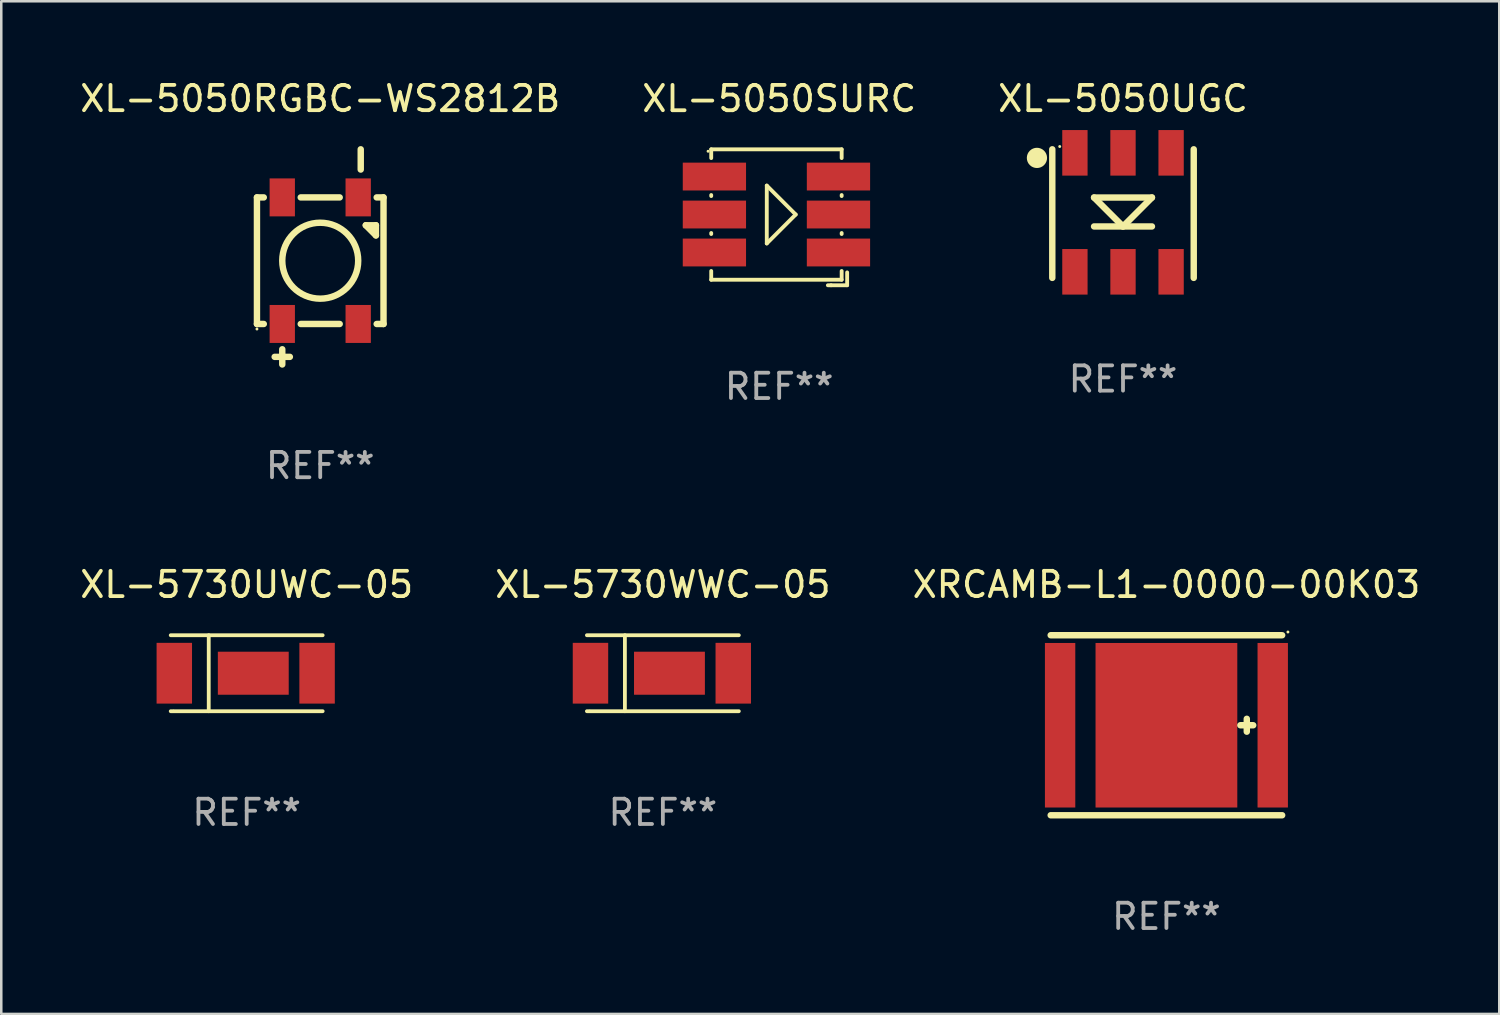
<source format=kicad_pcb>
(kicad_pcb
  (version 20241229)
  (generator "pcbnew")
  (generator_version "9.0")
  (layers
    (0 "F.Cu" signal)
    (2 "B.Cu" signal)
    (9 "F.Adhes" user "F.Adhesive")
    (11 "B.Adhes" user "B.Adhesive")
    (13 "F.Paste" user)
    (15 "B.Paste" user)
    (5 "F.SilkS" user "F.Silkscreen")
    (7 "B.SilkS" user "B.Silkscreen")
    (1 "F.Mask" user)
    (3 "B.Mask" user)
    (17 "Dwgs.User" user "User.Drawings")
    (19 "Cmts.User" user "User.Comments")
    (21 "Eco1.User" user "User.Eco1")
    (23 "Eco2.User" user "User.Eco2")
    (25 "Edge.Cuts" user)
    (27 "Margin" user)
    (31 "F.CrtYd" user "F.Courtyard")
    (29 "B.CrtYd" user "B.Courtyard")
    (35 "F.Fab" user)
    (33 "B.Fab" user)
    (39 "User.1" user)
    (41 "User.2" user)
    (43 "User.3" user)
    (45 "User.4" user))
  (footprint "XL-5050RGBC-WS2812B"
    (layer "F.Cu")
    (at 9.601 7.098)
    (property "Reference" "XL-5050RGBC-WS2812B" (at 0 -6.25 0) (layer "F.SilkS") (effects (font (size 1 1) (thickness 0.15))))
    (attr through_hole)
    (fp_line (start -2.5 -2.349) (end -2.23 -2.349) (stroke (width 0.254) (type solid)) (layer "F.SilkS"))
    (fp_line (start -2.5 2.651) (end -2.5 -2.349) (stroke (width 0.254) (type solid)) (layer "F.SilkS"))
    (fp_line (start -2.5 2.651) (end -2.23 2.651) (stroke (width 0.254) (type solid)) (layer "F.SilkS"))
    (fp_line (start -1.8 3.95) (end -1.2 3.95) (stroke (width 0.254) (type solid)) (layer "F.SilkS"))
    (fp_line (start -1.5 4.25) (end -1.5 3.65) (stroke (width 0.254) (type solid)) (layer "F.SilkS"))
    (fp_line (start -0.77 -2.349) (end 0.769 -2.349) (stroke (width 0.254) (type solid)) (layer "F.SilkS"))
    (fp_line (start -0.77 2.651) (end 0.769 2.651) (stroke (width 0.254) (type solid)) (layer "F.SilkS"))
    (fp_line (start 1.6 -4.25) (end 1.6 -3.45) (stroke (width 0.254) (type solid)) (layer "F.SilkS"))
    (fp_line (start 1.8 -1.249) (end 2.2 -1.249) (stroke (width 0.254) (type solid)) (layer "F.SilkS"))
    (fp_line (start 2.2 -0.849) (end 1.8 -1.249) (stroke (width 0.254) (type solid)) (layer "F.SilkS"))
    (fp_line (start 2.2 -1.249) (end 2.2 -0.849) (stroke (width 0.254) (type solid)) (layer "F.SilkS"))
    (fp_line (start 2.23 -2.349) (end 2.5 -2.349) (stroke (width 0.254) (type solid)) (layer "F.SilkS"))
    (fp_line (start 2.23 2.651) (end 2.5 2.651) (stroke (width 0.254) (type solid)) (layer "F.SilkS"))
    (fp_line (start 2.5 2.651) (end 2.5 -2.349) (stroke (width 0.254) (type solid)) (layer "F.SilkS"))
    (fp_circle (center -2.5 2.85) (end -2.47 2.85) (stroke (width 0.06) (type solid)) (fill no) (layer "F.SilkS"))
    (fp_circle (center -0.000127 0.151) (end 1.5 0.151) (stroke (width 0.254) (type solid)) (fill no) (layer "F.SilkS"))
    (fp_text user "REF**" (at 0 8.25 0) (layer "F.Fab") (effects (font (size 1 1) (thickness 0.15))))
    (pad "1" smd rect (at -1.5 2.65 90) (size 1.5 1) (layers "F.Cu" "F.Mask" "F.Paste"))
    (pad "2" smd rect (at 1.5 2.65 90) (size 1.5 1) (layers "F.Cu" "F.Mask" "F.Paste"))
    (pad "3" smd rect (at -1.5 -2.35 90) (size 1.5 1) (layers "F.Cu" "F.Mask" "F.Paste"))
    (pad "4" smd rect (at 1.5 -2.35 90) (size 1.5 1) (layers "F.Cu" "F.Mask" "F.Paste")))
  (footprint "XL-5050SURC"
    (layer "F.Cu")
    (at 27.732 5.534)
    (property "Reference" "XL-5050SURC" (at 0 -4.685 0) (layer "F.SilkS") (effects (font (size 1 1) (thickness 0.15))))
    (attr through_hole)
    (fp_line (start -2.685 -2.339) (end -2.685 -2.685) (stroke (width 0.152) (type solid)) (layer "F.SilkS"))
    (fp_line (start -2.685 -0.839) (end -2.685 -0.879) (stroke (width 0.152) (type solid)) (layer "F.SilkS"))
    (fp_line (start -2.685 0.661) (end -2.685 0.621) (stroke (width 0.152) (type solid)) (layer "F.SilkS"))
    (fp_line (start -2.685 2.467) (end -2.685 2.121) (stroke (width 0.152) (type solid)) (layer "F.SilkS"))
    (fp_line (start -0.49 -1.252) (end -0.49 1.034) (stroke (width 0.152) (type solid)) (layer "F.SilkS"))
    (fp_line (start -0.49 1.034) (end 0.653 -0.109) (stroke (width 0.152) (type solid)) (layer "F.SilkS"))
    (fp_line (start 0.653 -0.109) (end -0.49 -1.252) (stroke (width 0.152) (type solid)) (layer "F.SilkS"))
    (fp_line (start 1.923 2.685) (end 2.05 2.685) (stroke (width 0.152) (type solid)) (layer "F.SilkS"))
    (fp_line (start 2.05 2.685) (end 2.685 2.685) (stroke (width 0.152) (type solid)) (layer "F.SilkS"))
    (fp_line (start 2.468 -2.685) (end -2.685 -2.685) (stroke (width 0.152) (type solid)) (layer "F.SilkS"))
    (fp_line (start 2.468 -2.685) (end 2.468 -2.339) (stroke (width 0.152) (type solid)) (layer "F.SilkS"))
    (fp_line (start 2.468 -0.879) (end 2.468 -0.839) (stroke (width 0.152) (type solid)) (layer "F.SilkS"))
    (fp_line (start 2.468 0.621) (end 2.468 0.661) (stroke (width 0.152) (type solid)) (layer "F.SilkS"))
    (fp_line (start 2.468 2.121) (end 2.468 2.467) (stroke (width 0.152) (type solid)) (layer "F.SilkS"))
    (fp_line (start 2.468 2.467) (end -2.685 2.467) (stroke (width 0.152) (type solid)) (layer "F.SilkS"))
    (fp_line (start 2.685 2.685) (end 2.685 2.177) (stroke (width 0.152) (type solid)) (layer "F.SilkS"))
    (fp_circle (center -2.809 -2.609) (end -2.779 -2.609) (stroke (width 0.06) (type solid)) (fill no) (layer "F.SilkS"))
    (fp_text user "REF**" (at 0 6.685 0) (layer "F.Fab") (effects (font (size 1 1) (thickness 0.15))))
    (pad "1" smd rect (at -2.559 -1.609 180) (size 2.5 1.1) (layers "F.Cu" "F.Mask" "F.Paste"))
    (pad "2" smd rect (at -2.559 -0.109 180) (size 2.5 1.1) (layers "F.Cu" "F.Mask" "F.Paste"))
    (pad "3" smd rect (at -2.559 1.391 180) (size 2.5 1.1) (layers "F.Cu" "F.Mask" "F.Paste"))
    (pad "4" smd rect (at 2.342 -1.609 180) (size 2.5 1.1) (layers "F.Cu" "F.Mask" "F.Paste"))
    (pad "5" smd rect (at 2.342 -0.109 180) (size 2.5 1.1) (layers "F.Cu" "F.Mask" "F.Paste"))
    (pad "6" smd rect (at 2.342 1.391 180) (size 2.5 1.1) (layers "F.Cu" "F.Mask" "F.Paste")))
  (footprint "XL-5730UWC-05"
    (layer "F.Cu")
    (at 6.696 23.546)
    (property "Reference" "XL-5730UWC-05" (at 0 -3.501 0) (layer "F.SilkS") (effects (font (size 1 1) (thickness 0.15))))
    (attr through_hole)
    (fp_line (start -1.5 -1.501) (end -1.5 1.501) (stroke (width 0.15) (type solid)) (layer "F.SilkS"))
    (fp_line (start 3.001 -1.501) (end -3.001 -1.501) (stroke (width 0.15) (type solid)) (layer "F.SilkS"))
    (fp_line (start 3.001 1.501) (end -3.001 1.501) (stroke (width 0.15) (type solid)) (layer "F.SilkS"))
    (fp_circle (center -2.89 1.5) (end -2.86 1.5) (stroke (width 0.06) (type solid)) (fill no) (layer "F.SilkS"))
    (fp_text user "REF**" (at 0 5.501 0) (layer "F.Fab") (effects (font (size 1 1) (thickness 0.15))))
    (pad "1" smd rect (at -2.86 0 90) (size 2.4 1.4) (layers "F.Cu" "F.Mask" "F.Paste"))
    (pad "2" smd rect (at 2.781 0 270) (size 2.4 1.4) (layers "F.Cu" "F.Mask" "F.Paste"))
    (pad "3" smd rect (at 0.26 0 180) (size 2.8 1.7) (layers "F.Cu" "F.Mask" "F.Paste")))
  (footprint "XRCAMB-L1-0000-00K03"
    (layer "F.Cu")
    (at 43.03 25.601)
    (property "Reference" "XRCAMB-L1-0000-00K03" (at 0 -5.556 0) (layer "F.SilkS") (effects (font (size 1 1) (thickness 0.15))))
    (attr through_hole)
    (fp_line (start -4.572 3.556) (end 4.572 3.556) (stroke (width 0.254) (type solid)) (layer "F.SilkS"))
    (fp_line (start 2.921 0) (end 3.429 0) (stroke (width 0.254) (type solid)) (layer "F.SilkS"))
    (fp_line (start 3.175 -0.254) (end 3.175 0.254) (stroke (width 0.254) (type solid)) (layer "F.SilkS"))
    (fp_line (start 4.572 -3.556) (end -4.572 -3.556) (stroke (width 0.254) (type solid)) (layer "F.SilkS"))
    (fp_circle (center 4.8 -3.683) (end 4.83 -3.683) (stroke (width 0.06) (type solid)) (fill no) (layer "F.SilkS"))
    (fp_text user "REF**" (at 0 7.556 0) (layer "F.Fab") (effects (font (size 1 1) (thickness 0.15))))
    (pad "0" smd rect (at 0 0) (size 5.6 6.5) (layers "F.Cu" "F.Mask" "F.Paste"))
    (pad "1" smd rect (at 4.2 0 90) (size 6.5 1.2) (layers "F.Cu" "F.Mask" "F.Paste"))
    (pad "2" smd rect (at -4.2 0 90) (size 6.5 1.2) (layers "F.Cu" "F.Mask" "F.Paste")))
  (footprint "XL-5050UGC"
    (layer "F.Cu")
    (at 41.315 5.388)
    (property "Reference" "XL-5050UGC" (at 0 -4.54 0) (layer "F.SilkS") (effects (font (size 1 1) (thickness 0.15))))
    (attr through_hole)
    (fp_line (start -2.794 2.54) (end -2.794 -2.54) (stroke (width 0.254) (type solid)) (layer "F.SilkS"))
    (fp_line (start -1.143 -0.635) (end 1.143 -0.635) (stroke (width 0.254) (type solid)) (layer "F.SilkS"))
    (fp_line (start -1.143 0.508) (end 1.143 0.508) (stroke (width 0.254) (type solid)) (layer "F.SilkS"))
    (fp_line (start 0 0.508) (end -1.143 -0.635) (stroke (width 0.254) (type solid)) (layer "F.SilkS"))
    (fp_line (start 1.143 -0.635) (end 0 0.508) (stroke (width 0.254) (type solid)) (layer "F.SilkS"))
    (fp_line (start 2.794 -2.54) (end 2.794 2.54) (stroke (width 0.254) (type solid)) (layer "F.SilkS"))
    (fp_circle (center -3.4 -2.2) (end -3.2 -2.2) (stroke (width 0.4) (type solid)) (fill no) (layer "F.SilkS"))
    (fp_circle (center -2.5 -2.65) (end -2.47 -2.65) (stroke (width 0.06) (type solid)) (fill no) (layer "F.SilkS"))
    (fp_text user "REF**" (at 0 6.54 0) (layer "F.Fab") (effects (font (size 1 1) (thickness 0.15))))
    (pad "1" smd rect (at -1.9 -2.4) (size 1 1.8) (layers "F.Cu" "F.Mask" "F.Paste"))
    (pad "2" smd rect (at -1.9 2.3) (size 1 1.8) (layers "F.Cu" "F.Mask" "F.Paste"))
    (pad "3" smd rect (at 0 -2.4) (size 1 1.8) (layers "F.Cu" "F.Mask" "F.Paste"))
    (pad "4" smd rect (at 0 2.3) (size 1 1.8) (layers "F.Cu" "F.Mask" "F.Paste"))
    (pad "5" smd rect (at 1.9 -2.4) (size 1 1.8) (layers "F.Cu" "F.Mask" "F.Paste"))
    (pad "6" smd rect (at 1.9 2.3) (size 1 1.8) (layers "F.Cu" "F.Mask" "F.Paste")))
  (footprint "XL-5730WWC-05"
    (layer "F.Cu")
    (at 23.137 23.546)
    (property "Reference" "XL-5730WWC-05" (at 0 -3.501 0) (layer "F.SilkS") (effects (font (size 1 1) (thickness 0.15))))
    (attr through_hole)
    (fp_line (start -1.5 -1.501) (end -1.5 1.501) (stroke (width 0.15) (type solid)) (layer "F.SilkS"))
    (fp_line (start 3.001 -1.501) (end -3.001 -1.501) (stroke (width 0.15) (type solid)) (layer "F.SilkS"))
    (fp_line (start 3.001 1.501) (end -3.001 1.501) (stroke (width 0.15) (type solid)) (layer "F.SilkS"))
    (fp_circle (center -2.89 1.5) (end -2.86 1.5) (stroke (width 0.06) (type solid)) (fill no) (layer "F.SilkS"))
    (fp_text user "REF**" (at 0 5.501 0) (layer "F.Fab") (effects (font (size 1 1) (thickness 0.15))))
    (pad "1" smd rect (at -2.86 0 90) (size 2.4 1.4) (layers "F.Cu" "F.Mask" "F.Paste"))
    (pad "2" smd rect (at 2.781 0 270) (size 2.4 1.4) (layers "F.Cu" "F.Mask" "F.Paste"))
    (pad "3" smd rect (at 0.26 0 180) (size 2.8 1.7) (layers "F.Cu" "F.Mask" "F.Paste")))
  (gr_rect
    (start -3 -3)
    (end 56.179 37.005)
    (stroke (width 0.1) (type default))
    (fill no)
    (layer "Edge.Cuts")))
</source>
